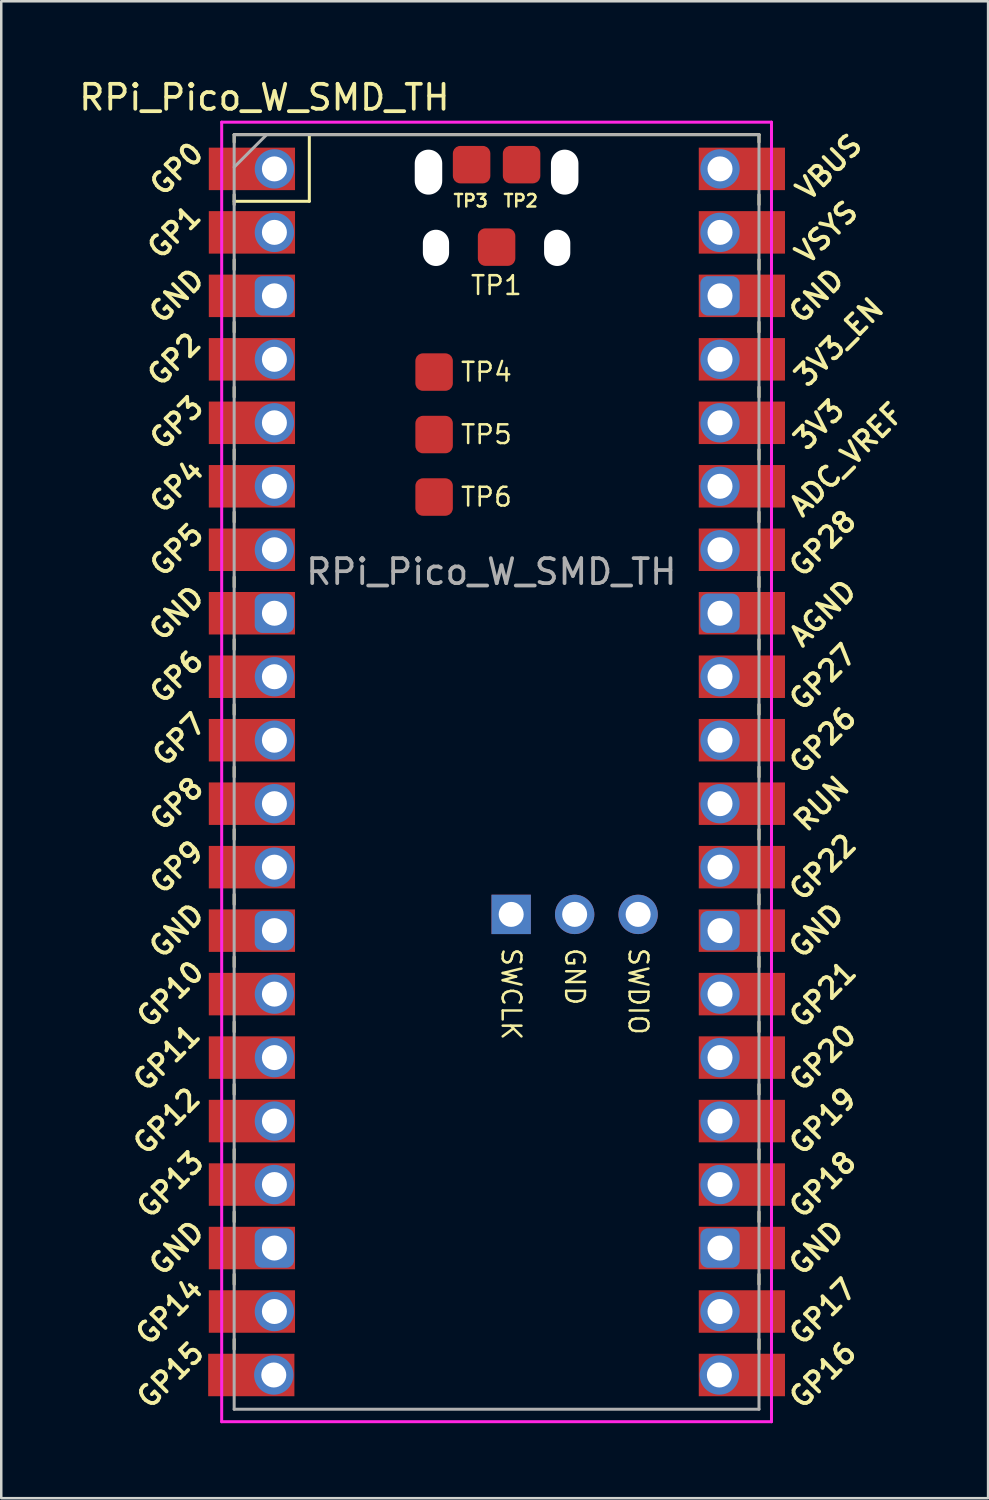
<source format=kicad_pcb>
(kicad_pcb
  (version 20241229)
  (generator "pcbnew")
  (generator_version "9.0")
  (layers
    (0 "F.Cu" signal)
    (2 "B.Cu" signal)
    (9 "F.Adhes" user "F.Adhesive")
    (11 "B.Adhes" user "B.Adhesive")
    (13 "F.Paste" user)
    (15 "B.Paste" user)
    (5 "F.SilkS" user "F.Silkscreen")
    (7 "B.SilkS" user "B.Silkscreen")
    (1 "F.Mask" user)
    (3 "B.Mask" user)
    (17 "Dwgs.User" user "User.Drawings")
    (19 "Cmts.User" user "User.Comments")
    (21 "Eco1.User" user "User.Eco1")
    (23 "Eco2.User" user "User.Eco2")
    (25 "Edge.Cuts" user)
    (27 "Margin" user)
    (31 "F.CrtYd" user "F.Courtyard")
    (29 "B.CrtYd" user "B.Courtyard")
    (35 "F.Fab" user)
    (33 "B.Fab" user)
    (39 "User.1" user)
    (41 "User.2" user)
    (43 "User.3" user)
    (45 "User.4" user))
  (footprint "RPi_Pico_W_SMD_TH"
    (layer "F.Cu")
    (at 6.32 53.338)
    (property "Reference" "RPi_Pico_W_SMD_TH" (at 1.21 -52.49 0) (layer "F.SilkS") (effects (font (size 1 1) (thickness 0.15))))
    (attr through_hole)
    (fp_line (start 0 -51) (end 0 -50.7) (stroke (width 0.12) (type solid)) (layer "F.SilkS"))
    (fp_line (start 0 -51) (end 21 -51) (stroke (width 0.12) (type solid)) (layer "F.SilkS"))
    (fp_line (start 0 -48.6) (end 0 -48.2) (stroke (width 0.12) (type solid)) (layer "F.SilkS"))
    (fp_line (start 0 -48.333) (end 3.007 -48.333) (stroke (width 0.12) (type solid)) (layer "F.SilkS"))
    (fp_line (start 0 -46) (end 0 -45.6) (stroke (width 0.12) (type solid)) (layer "F.SilkS"))
    (fp_line (start 0 -43.5) (end 0 -43.1) (stroke (width 0.12) (type solid)) (layer "F.SilkS"))
    (fp_line (start 0 -40.9) (end 0 -40.5) (stroke (width 0.12) (type solid)) (layer "F.SilkS"))
    (fp_line (start 0 -38.4) (end 0 -38) (stroke (width 0.12) (type solid)) (layer "F.SilkS"))
    (fp_line (start 0 -35.9) (end 0 -35.5) (stroke (width 0.12) (type solid)) (layer "F.SilkS"))
    (fp_line (start 0 -33.3) (end 0 -32.9) (stroke (width 0.12) (type solid)) (layer "F.SilkS"))
    (fp_line (start 0 -30.8) (end 0 -30.4) (stroke (width 0.12) (type solid)) (layer "F.SilkS"))
    (fp_line (start 0 -28.2) (end 0 -27.8) (stroke (width 0.12) (type solid)) (layer "F.SilkS"))
    (fp_line (start 0 -25.7) (end 0 -25.3) (stroke (width 0.12) (type solid)) (layer "F.SilkS"))
    (fp_line (start 0 -23.2) (end 0 -22.8) (stroke (width 0.12) (type solid)) (layer "F.SilkS"))
    (fp_line (start 0 -20.6) (end 0 -20.2) (stroke (width 0.12) (type solid)) (layer "F.SilkS"))
    (fp_line (start 0 -18.1) (end 0 -17.7) (stroke (width 0.12) (type solid)) (layer "F.SilkS"))
    (fp_line (start 0 -15.5) (end 0 -15.1) (stroke (width 0.12) (type solid)) (layer "F.SilkS"))
    (fp_line (start 0 -13) (end 0 -12.6) (stroke (width 0.12) (type solid)) (layer "F.SilkS"))
    (fp_line (start 0 -10.4) (end 0 -10) (stroke (width 0.12) (type solid)) (layer "F.SilkS"))
    (fp_line (start 0 -7.9) (end 0 -7.5) (stroke (width 0.12) (type solid)) (layer "F.SilkS"))
    (fp_line (start 0 -5.4) (end 0 -5) (stroke (width 0.12) (type solid)) (layer "F.SilkS"))
    (fp_line (start 0 -2.8) (end 0 -2.4) (stroke (width 0.12) (type solid)) (layer "F.SilkS"))
    (fp_line (start 3.007 -48.333) (end 3.007 -51) (stroke (width 0.12) (type solid)) (layer "F.SilkS"))
    (fp_line (start 21 -51) (end 21 -50.7) (stroke (width 0.12) (type solid)) (layer "F.SilkS"))
    (fp_line (start 21 -48.6) (end 21 -48.2) (stroke (width 0.12) (type solid)) (layer "F.SilkS"))
    (fp_line (start 21 -46) (end 21 -45.6) (stroke (width 0.12) (type solid)) (layer "F.SilkS"))
    (fp_line (start 21 -43.5) (end 21 -43.1) (stroke (width 0.12) (type solid)) (layer "F.SilkS"))
    (fp_line (start 21 -40.9) (end 21 -40.5) (stroke (width 0.12) (type solid)) (layer "F.SilkS"))
    (fp_line (start 21 -38.4) (end 21 -38) (stroke (width 0.12) (type solid)) (layer "F.SilkS"))
    (fp_line (start 21 -35.9) (end 21 -35.5) (stroke (width 0.12) (type solid)) (layer "F.SilkS"))
    (fp_line (start 21 -33.3) (end 21 -32.9) (stroke (width 0.12) (type solid)) (layer "F.SilkS"))
    (fp_line (start 21 -30.8) (end 21 -30.4) (stroke (width 0.12) (type solid)) (layer "F.SilkS"))
    (fp_line (start 21 -28.2) (end 21 -27.8) (stroke (width 0.12) (type solid)) (layer "F.SilkS"))
    (fp_line (start 21 -25.7) (end 21 -25.3) (stroke (width 0.12) (type solid)) (layer "F.SilkS"))
    (fp_line (start 21 -23.2) (end 21 -22.8) (stroke (width 0.12) (type solid)) (layer "F.SilkS"))
    (fp_line (start 21 -20.6) (end 21 -20.2) (stroke (width 0.12) (type solid)) (layer "F.SilkS"))
    (fp_line (start 21 -18.1) (end 21 -17.7) (stroke (width 0.12) (type solid)) (layer "F.SilkS"))
    (fp_line (start 21 -15.5) (end 21 -15.1) (stroke (width 0.12) (type solid)) (layer "F.SilkS"))
    (fp_line (start 21 -13) (end 21 -12.6) (stroke (width 0.12) (type solid)) (layer "F.SilkS"))
    (fp_line (start 21 -10.4) (end 21 -10) (stroke (width 0.12) (type solid)) (layer "F.SilkS"))
    (fp_line (start 21 -7.9) (end 21 -7.5) (stroke (width 0.12) (type solid)) (layer "F.SilkS"))
    (fp_line (start 21 -5.4) (end 21 -5) (stroke (width 0.12) (type solid)) (layer "F.SilkS"))
    (fp_line (start 21 -2.8) (end 21 -2.4) (stroke (width 0.12) (type solid)) (layer "F.SilkS"))
    (fp_line (start -0.5 -51.5) (end 21.5 -51.5) (stroke (width 0.12) (type solid)) (layer "F.CrtYd"))
    (fp_line (start -0.5 0.5) (end -0.5 -51.5) (stroke (width 0.12) (type solid)) (layer "F.CrtYd"))
    (fp_line (start 21.5 -51.5) (end 21.5 0.5) (stroke (width 0.12) (type solid)) (layer "F.CrtYd"))
    (fp_line (start 21.5 0.5) (end -0.5 0.5) (stroke (width 0.12) (type solid)) (layer "F.CrtYd"))
    (fp_line (start 0 -51) (end 21 -51) (stroke (width 0.12) (type solid)) (layer "F.Fab"))
    (fp_line (start 0 -49.7) (end 1.3 -51) (stroke (width 0.12) (type solid)) (layer "F.Fab"))
    (fp_line (start 0 0) (end 0 -51) (stroke (width 0.12) (type solid)) (layer "F.Fab"))
    (fp_line (start 21 -51) (end 21 0) (stroke (width 0.12) (type solid)) (layer "F.Fab"))
    (fp_line (start 21 0) (end 0 0) (stroke (width 0.12) (type solid)) (layer "F.Fab"))
    (fp_text user "GP7" (at -2.2 -26.8 45) (layer "F.SilkS") (effects (font (size 0.8 0.8) (thickness 0.15))))
    (fp_text user "GND" (at 23.3 -44.55 45) (layer "F.SilkS") (effects (font (size 0.8 0.8) (thickness 0.15))))
    (fp_text user "GP0" (at -2.3 -49.63 45) (layer "F.SilkS") (effects (font (size 0.8 0.8) (thickness 0.15))))
    (fp_text user "GP27" (at 23.554 -29.3 45) (layer "F.SilkS") (effects (font (size 0.8 0.8) (thickness 0.15))))
    (fp_text user "ADC_VREF" (at 24.5 -38 45) (layer "F.SilkS") (effects (font (size 0.8 0.8) (thickness 0.15))))
    (fp_text user "GP28" (at 23.554 -34.644 45) (layer "F.SilkS") (effects (font (size 0.8 0.8) (thickness 0.15))))
    (fp_text user "3V3" (at 23.4 -39.4 45) (layer "F.SilkS") (effects (font (size 0.8 0.8) (thickness 0.15))))
    (fp_text user "VSYS" (at 23.7 -47.09 45) (layer "F.SilkS") (effects (font (size 0.8 0.8) (thickness 0.15))))
    (fp_text user "AGND" (at 23.554 -31.85 45) (layer "F.SilkS") (effects (font (size 0.8 0.8) (thickness 0.15))))
    (fp_text user "3V3_EN" (at 24.2 -42.7 45) (layer "F.SilkS") (effects (font (size 0.8 0.8) (thickness 0.15))))
    (fp_text user "TP2" (at 10.721 -48.06 0) (unlocked yes) (layer "F.SilkS") (effects (font (size 0.5 0.5) (thickness 0.1)) (justify left bottom)))
    (fp_text user "GND" (at -2.3 -6.45 45) (layer "F.SilkS") (effects (font (size 0.8 0.8) (thickness 0.15))))
    (fp_text user "GP6" (at -2.3 -29.31 45) (layer "F.SilkS") (effects (font (size 0.8 0.8) (thickness 0.15))))
    (fp_text user "GP26" (at 23.554 -26.77 45) (layer "F.SilkS") (effects (font (size 0.8 0.8) (thickness 0.15))))
    (fp_text user "GP3" (at -2.3 -39.47 45) (layer "F.SilkS") (effects (font (size 0.8 0.8) (thickness 0.15))))
    (fp_text user "GP13" (at -2.554 -8.99 45) (layer "F.SilkS") (effects (font (size 0.8 0.8) (thickness 0.15))))
    (fp_text user "GP20" (at 23.554 -14.07 45) (layer "F.SilkS") (effects (font (size 0.8 0.8) (thickness 0.15))))
    (fp_text user "GP21" (at 23.554 -16.6 45) (layer "F.SilkS") (effects (font (size 0.8 0.8) (thickness 0.15))))
    (fp_text user "GND" (at 13.188 -18.52 270) (unlocked yes) (layer "F.SilkS") (effects (font (size 0.75 0.75) (thickness 0.1)) (justify left bottom)))
    (fp_text user "GP4" (at -2.3 -36.93 45) (layer "F.SilkS") (effects (font (size 0.8 0.8) (thickness 0.15))))
    (fp_text user "SWCLK" (at 10.648 -18.52 270) (unlocked yes) (layer "F.SilkS") (effects (font (size 0.75 0.75) (thickness 0.1)) (justify left bottom)))
    (fp_text user "GP2" (at -2.4 -42.01 45) (layer "F.SilkS") (effects (font (size 0.8 0.8) (thickness 0.15))))
    (fp_text user "GP16" (at 23.554 -1.37 45) (layer "F.SilkS") (effects (font (size 0.8 0.8) (thickness 0.15))))
    (fp_text user "GND" (at -2.3 -44.55 45) (layer "F.SilkS") (effects (font (size 0.8 0.8) (thickness 0.15))))
    (fp_text user "GP22" (at 23.554 -21.69 45) (layer "F.SilkS") (effects (font (size 0.8 0.8) (thickness 0.15))))
    (fp_text user "GP12" (at -2.7 -11.53 45) (layer "F.SilkS") (effects (font (size 0.8 0.8) (thickness 0.15))))
    (fp_text user "GP1" (at -2.4 -47.1 45) (layer "F.SilkS") (effects (font (size 0.8 0.8) (thickness 0.15))))
    (fp_text user "GND" (at 23.3 -19.15 45) (layer "F.SilkS") (effects (font (size 0.8 0.8) (thickness 0.15))))
    (fp_text user "RUN" (at 23.5 -24.23 45) (layer "F.SilkS") (effects (font (size 0.8 0.8) (thickness 0.15))))
    (fp_text user "GP15" (at -2.554 -1.37 45) (layer "F.SilkS") (effects (font (size 0.8 0.8) (thickness 0.15))))
    (fp_text user "SWDIO" (at 15.728 -18.52 270) (unlocked yes) (layer "F.SilkS") (effects (font (size 0.75 0.75) (thickness 0.1)) (justify left bottom)))
    (fp_text user "GP5" (at -2.3 -34.39 45) (layer "F.SilkS") (effects (font (size 0.8 0.8) (thickness 0.15))))
    (fp_text user "GP19" (at 23.554 -11.53 45) (layer "F.SilkS") (effects (font (size 0.8 0.8) (thickness 0.15))))
    (fp_text user "GP10" (at -2.554 -16.61 45) (layer "F.SilkS") (effects (font (size 0.8 0.8) (thickness 0.15))))
    (fp_text user "GP18" (at 23.554 -8.99 45) (layer "F.SilkS") (effects (font (size 0.8 0.8) (thickness 0.15))))
    (fp_text user "GND" (at -2.3 -31.85 45) (layer "F.SilkS") (effects (font (size 0.8 0.8) (thickness 0.15))))
    (fp_text user "TP1" (at 9.407 -44.53 0) (unlocked yes) (layer "F.SilkS") (effects (font (size 0.75 0.75) (thickness 0.1)) (justify left bottom)))
    (fp_text user "TP4" (at 9.01 -41.064 0) (unlocked yes) (layer "F.SilkS") (effects (font (size 0.75 0.75) (thickness 0.1)) (justify left bottom)))
    (fp_text user "GP14" (at -2.6 -3.91 45) (layer "F.SilkS") (effects (font (size 0.8 0.8) (thickness 0.15))))
    (fp_text user "TP3" (at 8.721 -48.06 0) (unlocked yes) (layer "F.SilkS") (effects (font (size 0.5 0.5) (thickness 0.1)) (justify left bottom)))
    (fp_text user "GP8" (at -2.3 -24.23 45) (layer "F.SilkS") (effects (font (size 0.8 0.8) (thickness 0.15))))
    (fp_text user "GND" (at -2.3 -19.15 45) (layer "F.SilkS") (effects (font (size 0.8 0.8) (thickness 0.15))))
    (fp_text user "GND" (at 23.3 -6.45 45) (layer "F.SilkS") (effects (font (size 0.8 0.8) (thickness 0.15))))
    (fp_text user "TP6" (at 9.01 -36.064 0) (unlocked yes) (layer "F.SilkS") (effects (font (size 0.75 0.75) (thickness 0.1)) (justify left bottom)))
    (fp_text user "TP5" (at 9.01 -38.564 0) (unlocked yes) (layer "F.SilkS") (effects (font (size 0.75 0.75) (thickness 0.1)) (justify left bottom)))
    (fp_text user "GP17" (at 23.554 -3.91 45) (layer "F.SilkS") (effects (font (size 0.8 0.8) (thickness 0.15))))
    (fp_text user "GP11" (at -2.7 -14.07 45) (layer "F.SilkS") (effects (font (size 0.8 0.8) (thickness 0.15))))
    (fp_text user "VBUS" (at 23.8 -49.7 45) (layer "F.SilkS") (effects (font (size 0.8 0.8) (thickness 0.15))))
    (fp_text user "GP9" (at -2.3 -21.69 45) (layer "F.SilkS") (effects (font (size 0.8 0.8) (thickness 0.15))))
    (fp_text user "${REFERENCE}" (at 10.29 -33.51 180) (layer "F.Fab") (effects (font (size 1 1) (thickness 0.15))))
    (pad "" np_thru_hole oval (at 7.775 -49.5) (size 1.1 1.8) (drill oval 1.1 1.8) (layers "*.Cu" "*.Mask"))
    (pad "" np_thru_hole oval (at 8.075 -46.47) (size 1.05 1.45) (drill oval 1.05 1.45) (layers "*.Cu" "*.Mask"))
    (pad "" np_thru_hole oval (at 12.925 -46.47) (size 1.05 1.45) (drill oval 1.05 1.45) (layers "*.Cu" "*.Mask"))
    (pad "" np_thru_hole oval (at 13.225 -49.5) (size 1.1 1.8) (drill oval 1.1 1.8) (layers "*.Cu" "*.Mask"))
    (pad "1" thru_hole circle (at 1.61 -49.63) (size 1.575 1.575) (drill 1) (layers "*.Cu" "*.Mask"))
    (pad "1" smd rect (at 1.61 -49.63) (size 3.45 1.7) (drill (offset -0.9 0)) (layers "F.Cu" "F.Mask"))
    (pad "2" thru_hole circle (at 1.61 -47.09) (size 1.575 1.575) (drill 1) (layers "*.Cu" "*.Mask"))
    (pad "2" smd rect (at 1.61 -47.09) (size 3.45 1.7) (drill (offset -0.9 0)) (layers "F.Cu" "F.Mask"))
    (pad "3" thru_hole roundrect (at 1.61 -44.55) (size 1.575 1.575) (drill 1) (layers "*.Cu" "*.Mask") (roundrect_rratio 0.19))
    (pad "3" smd rect (at 1.61 -44.55) (size 3.45 1.7) (drill (offset -0.9 0)) (layers "F.Cu" "F.Mask"))
    (pad "4" thru_hole circle (at 1.61 -42.01) (size 1.575 1.575) (drill 1) (layers "*.Cu" "*.Mask"))
    (pad "4" smd rect (at 1.61 -42.01) (size 3.45 1.7) (drill (offset -0.9 0)) (layers "F.Cu" "F.Mask"))
    (pad "5" thru_hole circle (at 1.61 -39.47) (size 1.575 1.575) (drill 1) (layers "*.Cu" "*.Mask"))
    (pad "5" smd rect (at 1.61 -39.47) (size 3.45 1.7) (drill (offset -0.9 0)) (layers "F.Cu" "F.Mask"))
    (pad "6" thru_hole circle (at 1.61 -36.93) (size 1.575 1.575) (drill 1) (layers "*.Cu" "*.Mask"))
    (pad "6" smd rect (at 1.61 -36.93) (size 3.45 1.7) (drill (offset -0.9 0)) (layers "F.Cu" "F.Mask"))
    (pad "7" thru_hole circle (at 1.61 -34.39) (size 1.575 1.575) (drill 1) (layers "*.Cu" "*.Mask"))
    (pad "7" smd rect (at 1.61 -34.39) (size 3.45 1.7) (drill (offset -0.9 0)) (layers "F.Cu" "F.Mask"))
    (pad "8" thru_hole roundrect (at 1.61 -31.85) (size 1.575 1.575) (drill 1) (layers "*.Cu" "*.Mask") (roundrect_rratio 0.19))
    (pad "8" smd rect (at 1.61 -31.85) (size 3.45 1.7) (drill (offset -0.9 0)) (layers "F.Cu" "F.Mask"))
    (pad "9" thru_hole circle (at 1.61 -29.31) (size 1.575 1.575) (drill 1) (layers "*.Cu" "*.Mask"))
    (pad "9" smd rect (at 1.61 -29.31) (size 3.45 1.7) (drill (offset -0.9 0)) (layers "F.Cu" "F.Mask"))
    (pad "10" thru_hole circle (at 1.61 -26.77) (size 1.575 1.575) (drill 1) (layers "*.Cu" "*.Mask"))
    (pad "10" smd rect (at 1.61 -26.77) (size 3.45 1.7) (drill (offset -0.9 0)) (layers "F.Cu" "F.Mask"))
    (pad "11" thru_hole circle (at 1.61 -24.23) (size 1.575 1.575) (drill 1) (layers "*.Cu" "*.Mask"))
    (pad "11" smd rect (at 1.61 -24.23) (size 3.45 1.7) (drill (offset -0.9 0)) (layers "F.Cu" "F.Mask"))
    (pad "12" thru_hole circle (at 1.61 -21.69) (size 1.575 1.575) (drill 1) (layers "*.Cu" "*.Mask"))
    (pad "12" smd rect (at 1.61 -21.69) (size 3.45 1.7) (drill (offset -0.9 0)) (layers "F.Cu" "F.Mask"))
    (pad "13" thru_hole roundrect (at 1.61 -19.15) (size 1.575 1.575) (drill 1) (layers "*.Cu" "*.Mask") (roundrect_rratio 0.19))
    (pad "13" smd rect (at 1.61 -19.15) (size 3.45 1.7) (drill (offset -0.9 0)) (layers "F.Cu" "F.Mask"))
    (pad "14" thru_hole circle (at 1.61 -16.61) (size 1.575 1.575) (drill 1) (layers "*.Cu" "*.Mask"))
    (pad "14" smd rect (at 1.61 -16.61) (size 3.45 1.7) (drill (offset -0.9 0)) (layers "F.Cu" "F.Mask"))
    (pad "15" thru_hole circle (at 1.61 -14.07) (size 1.575 1.575) (drill 1) (layers "*.Cu" "*.Mask"))
    (pad "15" smd rect (at 1.61 -14.07) (size 3.45 1.7) (drill (offset -0.9 0)) (layers "F.Cu" "F.Mask"))
    (pad "16" thru_hole circle (at 1.61 -11.53) (size 1.575 1.575) (drill 1) (layers "*.Cu" "*.Mask"))
    (pad "16" smd rect (at 1.61 -11.53) (size 3.45 1.7) (drill (offset -0.9 0)) (layers "F.Cu" "F.Mask"))
    (pad "17" thru_hole circle (at 1.61 -8.99) (size 1.575 1.575) (drill 1) (layers "*.Cu" "*.Mask"))
    (pad "17" smd rect (at 1.61 -8.99) (size 3.45 1.7) (drill (offset -0.9 0)) (layers "F.Cu" "F.Mask"))
    (pad "18" thru_hole roundrect (at 1.61 -6.45) (size 1.575 1.575) (drill 1) (layers "*.Cu" "*.Mask") (roundrect_rratio 0.19))
    (pad "18" smd rect (at 1.61 -6.45) (size 3.45 1.7) (drill (offset -0.9 0)) (layers "F.Cu" "F.Mask"))
    (pad "19" thru_hole circle (at 1.61 -3.91) (size 1.575 1.575) (drill 1) (layers "*.Cu" "*.Mask"))
    (pad "19" smd rect (at 1.61 -3.91) (size 3.45 1.7) (drill (offset -0.9 0)) (layers "F.Cu" "F.Mask"))
    (pad "20" thru_hole circle (at 1.585 -1.37) (size 1.575 1.575) (drill 1) (layers "*.Cu" "*.Mask"))
    (pad "20" smd rect (at 1.585 -1.37) (size 3.45 1.7) (drill (offset -0.9 0)) (layers "F.Cu" "F.Mask"))
    (pad "21" thru_hole circle (at 19.415 -1.37) (size 1.575 1.575) (drill 1) (layers "*.Cu" "*.Mask"))
    (pad "21" smd rect (at 19.415 -1.37) (size 3.45 1.7) (drill (offset 0.9 0)) (layers "F.Cu" "F.Mask"))
    (pad "22" smd rect (at 19.415 -3.91) (size 3.45 1.7) (drill (offset 0.9 0)) (layers "F.Cu" "F.Mask"))
    (pad "22" thru_hole circle (at 19.44 -3.91) (size 1.575 1.575) (drill 1) (layers "*.Cu" "*.Mask"))
    (pad "23" smd rect (at 19.415 -6.45) (size 3.45 1.7) (drill (offset 0.9 0)) (layers "F.Cu" "F.Mask"))
    (pad "23" thru_hole roundrect (at 19.44 -6.45) (size 1.575 1.575) (drill 1) (layers "*.Cu" "*.Mask") (roundrect_rratio 0.19))
    (pad "24" smd rect (at 19.415 -8.99) (size 3.45 1.7) (drill (offset 0.9 0)) (layers "F.Cu" "F.Mask"))
    (pad "24" thru_hole circle (at 19.44 -8.99) (size 1.575 1.575) (drill 1) (layers "*.Cu" "*.Mask"))
    (pad "25" smd rect (at 19.415 -11.53) (size 3.45 1.7) (drill (offset 0.9 0)) (layers "F.Cu" "F.Mask"))
    (pad "25" thru_hole circle (at 19.44 -11.53) (size 1.575 1.575) (drill 1) (layers "*.Cu" "*.Mask"))
    (pad "26" smd rect (at 19.415 -14.07) (size 3.45 1.7) (drill (offset 0.9 0)) (layers "F.Cu" "F.Mask"))
    (pad "26" thru_hole circle (at 19.44 -14.07) (size 1.575 1.575) (drill 1) (layers "*.Cu" "*.Mask"))
    (pad "27" smd rect (at 19.415 -16.61) (size 3.45 1.7) (drill (offset 0.9 0)) (layers "F.Cu" "F.Mask"))
    (pad "27" thru_hole circle (at 19.44 -16.61) (size 1.575 1.575) (drill 1) (layers "*.Cu" "*.Mask"))
    (pad "28" smd rect (at 19.415 -19.15) (size 3.45 1.7) (drill (offset 0.9 0)) (layers "F.Cu" "F.Mask"))
    (pad "28" thru_hole roundrect (at 19.44 -19.15) (size 1.575 1.575) (drill 1) (layers "*.Cu" "*.Mask") (roundrect_rratio 0.19))
    (pad "29" smd rect (at 19.415 -21.69) (size 3.45 1.7) (drill (offset 0.9 0)) (layers "F.Cu" "F.Mask"))
    (pad "29" thru_hole circle (at 19.44 -21.69) (size 1.575 1.575) (drill 1) (layers "*.Cu" "*.Mask"))
    (pad "30" smd rect (at 19.415 -24.23) (size 3.45 1.7) (drill (offset 0.9 0)) (layers "F.Cu" "F.Mask"))
    (pad "30" thru_hole circle (at 19.44 -24.23) (size 1.575 1.575) (drill 1) (layers "*.Cu" "*.Mask"))
    (pad "31" smd rect (at 19.415 -26.77) (size 3.45 1.7) (drill (offset 0.9 0)) (layers "F.Cu" "F.Mask"))
    (pad "31" thru_hole circle (at 19.44 -26.77) (size 1.575 1.575) (drill 1) (layers "*.Cu" "*.Mask"))
    (pad "32" smd rect (at 19.415 -29.31) (size 3.45 1.7) (drill (offset 0.9 0)) (layers "F.Cu" "F.Mask"))
    (pad "32" thru_hole circle (at 19.44 -29.31) (size 1.575 1.575) (drill 1) (layers "*.Cu" "*.Mask"))
    (pad "33" smd rect (at 19.415 -31.85) (size 3.45 1.7) (drill (offset 0.9 0)) (layers "F.Cu" "F.Mask"))
    (pad "33" thru_hole roundrect (at 19.44 -31.85) (size 1.575 1.575) (drill 1) (layers "*.Cu" "*.Mask") (roundrect_rratio 0.19))
    (pad "34" smd rect (at 19.415 -34.39) (size 3.45 1.7) (drill (offset 0.9 0)) (layers "F.Cu" "F.Mask"))
    (pad "34" thru_hole circle (at 19.44 -34.39) (size 1.575 1.575) (drill 1) (layers "*.Cu" "*.Mask"))
    (pad "35" smd rect (at 19.415 -36.93) (size 3.45 1.7) (drill (offset 0.9 0)) (layers "F.Cu" "F.Mask"))
    (pad "35" thru_hole circle (at 19.44 -36.93) (size 1.575 1.575) (drill 1) (layers "*.Cu" "*.Mask"))
    (pad "36" smd rect (at 19.415 -39.47) (size 3.45 1.7) (drill (offset 0.9 0)) (layers "F.Cu" "F.Mask"))
    (pad "36" thru_hole circle (at 19.44 -39.47) (size 1.575 1.575) (drill 1) (layers "*.Cu" "*.Mask"))
    (pad "37" smd rect (at 19.415 -42.01) (size 3.45 1.7) (drill (offset 0.9 0)) (layers "F.Cu" "F.Mask"))
    (pad "37" thru_hole circle (at 19.44 -42.01) (size 1.575 1.575) (drill 1) (layers "*.Cu" "*.Mask"))
    (pad "38" smd rect (at 19.415 -44.55) (size 3.45 1.7) (drill (offset 0.9 0)) (layers "F.Cu" "F.Mask"))
    (pad "38" thru_hole roundrect (at 19.44 -44.55) (size 1.575 1.575) (drill 1) (layers "*.Cu" "*.Mask") (roundrect_rratio 0.19))
    (pad "39" smd rect (at 19.415 -47.09) (size 3.45 1.7) (drill (offset 0.9 0)) (layers "F.Cu" "F.Mask"))
    (pad "39" thru_hole circle (at 19.44 -47.09) (size 1.575 1.575) (drill 1) (layers "*.Cu" "*.Mask"))
    (pad "40" smd rect (at 19.415 -49.63) (size 3.45 1.7) (drill (offset 0.9 0)) (layers "F.Cu" "F.Mask"))
    (pad "40" thru_hole circle (at 19.44 -49.63) (size 1.575 1.575) (drill 1) (layers "*.Cu" "*.Mask"))
    (pad "41" thru_hole rect (at 11.084 -19.8) (size 1.575 1.575) (drill 1) (layers "*.Cu" "*.Mask"))
    (pad "42" thru_hole circle (at 13.624 -19.8) (size 1.575 1.575) (drill 1) (layers "*.Cu" "*.Mask"))
    (pad "43" thru_hole circle (at 16.164 -19.8) (size 1.575 1.575) (drill 1) (layers "*.Cu" "*.Mask"))
    (pad "44" smd roundrect (at 10.5 -46.5) (size 1.5 1.5) (property pad_prop_testpoint) (layers "F.Cu" "F.Mask" "F.Paste") (roundrect_rratio 0.2))
    (pad "45" smd roundrect (at 9.5 -49.8) (size 1.5 1.5) (property pad_prop_testpoint) (layers "F.Cu" "F.Mask" "F.Paste") (roundrect_rratio 0.2))
    (pad "46" smd roundrect (at 11.5 -49.8) (size 1.5 1.5) (property pad_prop_testpoint) (layers "F.Cu" "F.Mask" "F.Paste") (roundrect_rratio 0.2))
    (pad "47" smd roundrect (at 8 -41.5) (size 1.5 1.5) (property pad_prop_testpoint) (layers "F.Cu" "F.Mask" "F.Paste") (roundrect_rratio 0.2))
    (pad "48" smd roundrect (at 8 -39) (size 1.5 1.5) (property pad_prop_testpoint) (layers "F.Cu" "F.Mask" "F.Paste") (roundrect_rratio 0.2))
    (pad "49" smd roundrect (at 8 -36.5) (size 1.5 1.5) (property pad_prop_testpoint) (layers "F.Cu" "F.Mask" "F.Paste") (roundrect_rratio 0.2))
    (zone (net_name "") (layers "F.Cu" "B.Cu") (name "Antenna Keep-Out") (hatch edge 0.5) (connect_pads) (min_thickness 0.25) (filled_areas_thickness no) (keepout (tracks not_allowed) (vias not_allowed) (pads not_allowed) (copperpour not_allowed) (footprints not_allowed)) (placement (enabled no)) (fill) (polygon (pts (xy 8.755 44.348) (xy 24.91 44.348) (xy 24.92 53.398) (xy 8.78 53.398)))))
  (gr_rect
    (start -3 -3)
    (end 36.487 56.898)
    (stroke (width 0.1) (type default))
    (fill no)
    (layer "Edge.Cuts")))
</source>
